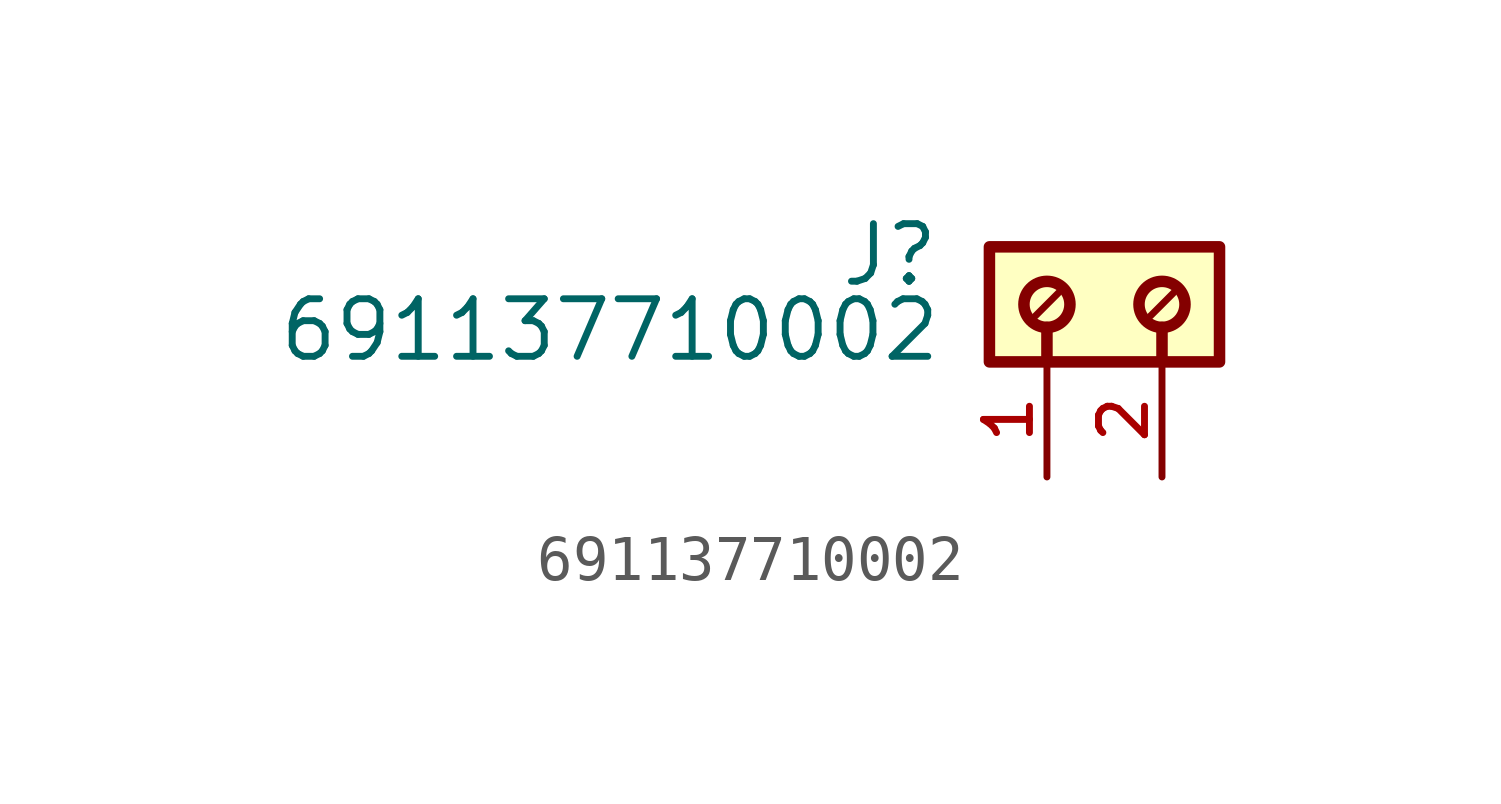
<source format=kicad_sym>
(kicad_symbol_lib
  (version 20241209)
  (generator "kicad_symbol_editor")
  (generator_version "9.0")
  (symbol "691137710002"
    (pin_names
      (offset 1.016))
    (property "Reference" "J"
      (at -4.88 -0.922 0)
      (effects (font (size 1.27 1.27)) (justify right bottom)))
    (property "Value" "691137710002"
      (at -4.83 -2.58 0)
      (effects (font (size 1.27 1.27)) (justify right bottom)))
    (symbol "691137710002_0_0"
      (rectangle (start -3.81 -2.54) (end 1.27 0) (stroke (width 0.254) (type default)) (fill (type background)))
      (circle (center -2.54 -1.27) (radius 0.508) (stroke (width 0.254) (type default)) (fill (type none)))
      (polyline (pts (xy -2.54 -1.778) (xy -2.54 -2.54)) (stroke (width 0.254) (type default)) (fill (type none)))
      (polyline (pts (xy -2.286 -1.016) (xy -2.794 -1.524)) (stroke (width 0.152) (type default)) (fill (type none)))
      (circle (center 0 -1.27) (radius 0.508) (stroke (width 0.254) (type default)) (fill (type none)))
      (polyline (pts (xy 0 -1.778) (xy 0 -2.54)) (stroke (width 0.254) (type default)) (fill (type none)))
      (polyline (pts (xy 0.254 -1.016) (xy -0.254 -1.524)) (stroke (width 0.152) (type default)) (fill (type none)))
      (pin passive line (at -2.54 -5.08 90) (length 2.54) (name "~" (effects (font (size 1.016 1.016)))) (number "1" (effects (font (size 1.016 1.016)))))
      (pin passive line (at 0 -5.08 90) (length 2.54) (name "~" (effects (font (size 1.016 1.016)))) (number "2" (effects (font (size 1.016 1.016))))))))
</source>
